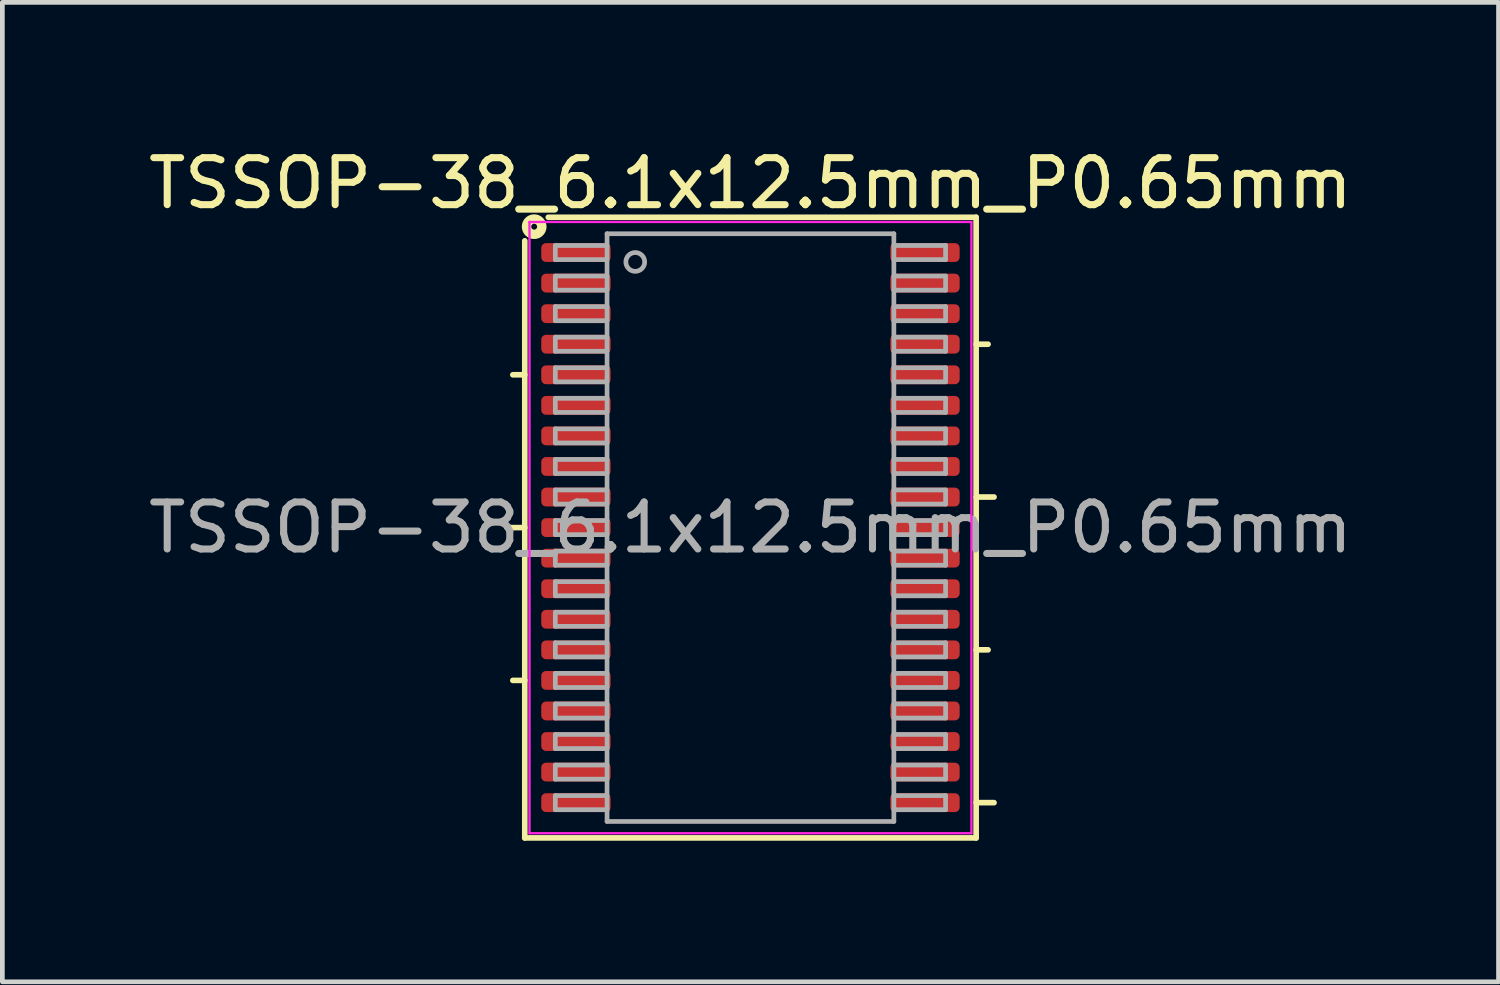
<source format=kicad_pcb>
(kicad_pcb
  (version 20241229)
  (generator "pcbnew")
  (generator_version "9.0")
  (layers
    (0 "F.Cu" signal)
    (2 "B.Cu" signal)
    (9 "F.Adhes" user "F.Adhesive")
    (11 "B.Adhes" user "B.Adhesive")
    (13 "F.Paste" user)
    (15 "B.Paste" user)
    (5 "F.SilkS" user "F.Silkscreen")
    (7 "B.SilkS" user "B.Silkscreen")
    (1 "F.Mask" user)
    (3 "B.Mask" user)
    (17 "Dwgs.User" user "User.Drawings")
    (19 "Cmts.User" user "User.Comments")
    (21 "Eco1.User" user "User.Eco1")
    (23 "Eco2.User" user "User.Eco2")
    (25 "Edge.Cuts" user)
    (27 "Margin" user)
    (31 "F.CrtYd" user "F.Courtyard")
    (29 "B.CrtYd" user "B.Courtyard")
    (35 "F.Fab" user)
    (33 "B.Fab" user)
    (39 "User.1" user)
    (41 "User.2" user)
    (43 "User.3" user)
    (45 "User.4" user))
  (footprint "TSSOP-38_6.1x12.5mm_P0.65mm"
    (layer "F.Cu")
    (at 12.911 8.171)
    (property "Reference" "TSSOP-38_6.1x12.5mm_P0.65mm" (at 0 -7.323 0) (layer "F.SilkS") (effects (font (size 1 1) (thickness 0.15))))
    (attr smd)
    (fp_line (start -4.8 -6.1) (end -4.8 6.6) (stroke (width 0.12) (type solid)) (layer "F.SilkS"))
    (fp_line (start -4.8 -3.25) (end -5.054 -3.25) (stroke (width 0.12) (type solid)) (layer "F.SilkS"))
    (fp_line (start -4.8 0) (end -5.181 0) (stroke (width 0.12) (type solid)) (layer "F.SilkS"))
    (fp_line (start -4.8 3.25) (end -5.054 3.25) (stroke (width 0.12) (type solid)) (layer "F.SilkS"))
    (fp_line (start -4.8 6.6) (end 4.8 6.6) (stroke (width 0.12) (type solid)) (layer "F.SilkS"))
    (fp_line (start 4.8 -6.6) (end -4.3 -6.6) (stroke (width 0.12) (type solid)) (layer "F.SilkS"))
    (fp_line (start 4.8 -3.9) (end 5.054 -3.9) (stroke (width 0.12) (type solid)) (layer "F.SilkS"))
    (fp_line (start 4.8 -0.65) (end 5.181 -0.65) (stroke (width 0.12) (type solid)) (layer "F.SilkS"))
    (fp_line (start 4.8 2.6) (end 5.054 2.6) (stroke (width 0.12) (type solid)) (layer "F.SilkS"))
    (fp_line (start 4.8 5.85) (end 5.181 5.85) (stroke (width 0.12) (type solid)) (layer "F.SilkS"))
    (fp_line (start 4.8 6.6) (end 4.8 -6.6) (stroke (width 0.12) (type solid)) (layer "F.SilkS"))
    (fp_circle (center -4.6 -6.4) (end -4.537 -6.4) (stroke (width 0.2) (type solid)) (fill no) (layer "F.SilkS"))
    (fp_line (start -4.7 -6.5) (end -4.7 6.5) (stroke (width 0.05) (type solid)) (layer "F.CrtYd"))
    (fp_line (start -4.7 6.5) (end 4.7 6.5) (stroke (width 0.05) (type solid)) (layer "F.CrtYd"))
    (fp_line (start 4.7 -6.5) (end -4.7 -6.5) (stroke (width 0.05) (type solid)) (layer "F.CrtYd"))
    (fp_line (start 4.7 6.5) (end 4.7 -6.5) (stroke (width 0.05) (type solid)) (layer "F.CrtYd"))
    (fp_line (start -4.15 -6) (end -4.15 -5.7) (stroke (width 0.1) (type solid)) (layer "F.Fab"))
    (fp_line (start -4.15 -6) (end -3.05 -6) (stroke (width 0.1) (type solid)) (layer "F.Fab"))
    (fp_line (start -4.15 -5.7) (end -3.05 -5.7) (stroke (width 0.1) (type solid)) (layer "F.Fab"))
    (fp_line (start -4.15 -5.35) (end -4.15 -5.05) (stroke (width 0.1) (type solid)) (layer "F.Fab"))
    (fp_line (start -4.15 -5.35) (end -3.05 -5.35) (stroke (width 0.1) (type solid)) (layer "F.Fab"))
    (fp_line (start -4.15 -5.05) (end -3.05 -5.05) (stroke (width 0.1) (type solid)) (layer "F.Fab"))
    (fp_line (start -4.15 -4.7) (end -4.15 -4.4) (stroke (width 0.1) (type solid)) (layer "F.Fab"))
    (fp_line (start -4.15 -4.7) (end -3.05 -4.7) (stroke (width 0.1) (type solid)) (layer "F.Fab"))
    (fp_line (start -4.15 -4.4) (end -3.05 -4.4) (stroke (width 0.1) (type solid)) (layer "F.Fab"))
    (fp_line (start -4.15 -4.05) (end -4.15 -3.75) (stroke (width 0.1) (type solid)) (layer "F.Fab"))
    (fp_line (start -4.15 -4.05) (end -3.05 -4.05) (stroke (width 0.1) (type solid)) (layer "F.Fab"))
    (fp_line (start -4.15 -3.75) (end -3.05 -3.75) (stroke (width 0.1) (type solid)) (layer "F.Fab"))
    (fp_line (start -4.15 -3.4) (end -4.15 -3.1) (stroke (width 0.1) (type solid)) (layer "F.Fab"))
    (fp_line (start -4.15 -3.4) (end -3.05 -3.4) (stroke (width 0.1) (type solid)) (layer "F.Fab"))
    (fp_line (start -4.15 -3.1) (end -3.05 -3.1) (stroke (width 0.1) (type solid)) (layer "F.Fab"))
    (fp_line (start -4.15 -2.75) (end -4.15 -2.45) (stroke (width 0.1) (type solid)) (layer "F.Fab"))
    (fp_line (start -4.15 -2.75) (end -3.05 -2.75) (stroke (width 0.1) (type solid)) (layer "F.Fab"))
    (fp_line (start -4.15 -2.45) (end -3.05 -2.45) (stroke (width 0.1) (type solid)) (layer "F.Fab"))
    (fp_line (start -4.15 -2.1) (end -4.15 -1.8) (stroke (width 0.1) (type solid)) (layer "F.Fab"))
    (fp_line (start -4.15 -2.1) (end -3.05 -2.1) (stroke (width 0.1) (type solid)) (layer "F.Fab"))
    (fp_line (start -4.15 -1.8) (end -3.05 -1.8) (stroke (width 0.1) (type solid)) (layer "F.Fab"))
    (fp_line (start -4.15 -1.45) (end -4.15 -1.15) (stroke (width 0.1) (type solid)) (layer "F.Fab"))
    (fp_line (start -4.15 -1.45) (end -3.05 -1.45) (stroke (width 0.1) (type solid)) (layer "F.Fab"))
    (fp_line (start -4.15 -1.15) (end -3.05 -1.15) (stroke (width 0.1) (type solid)) (layer "F.Fab"))
    (fp_line (start -4.15 -0.8) (end -4.15 -0.5) (stroke (width 0.1) (type solid)) (layer "F.Fab"))
    (fp_line (start -4.15 -0.8) (end -3.05 -0.8) (stroke (width 0.1) (type solid)) (layer "F.Fab"))
    (fp_line (start -4.15 -0.5) (end -3.05 -0.5) (stroke (width 0.1) (type solid)) (layer "F.Fab"))
    (fp_line (start -4.15 -0.15) (end -4.15 0.15) (stroke (width 0.1) (type solid)) (layer "F.Fab"))
    (fp_line (start -4.15 -0.15) (end -3.05 -0.15) (stroke (width 0.1) (type solid)) (layer "F.Fab"))
    (fp_line (start -4.15 0.15) (end -3.05 0.15) (stroke (width 0.1) (type solid)) (layer "F.Fab"))
    (fp_line (start -4.15 0.5) (end -4.15 0.8) (stroke (width 0.1) (type solid)) (layer "F.Fab"))
    (fp_line (start -4.15 0.5) (end -3.05 0.5) (stroke (width 0.1) (type solid)) (layer "F.Fab"))
    (fp_line (start -4.15 0.8) (end -3.05 0.8) (stroke (width 0.1) (type solid)) (layer "F.Fab"))
    (fp_line (start -4.15 1.15) (end -4.15 1.45) (stroke (width 0.1) (type solid)) (layer "F.Fab"))
    (fp_line (start -4.15 1.15) (end -3.05 1.15) (stroke (width 0.1) (type solid)) (layer "F.Fab"))
    (fp_line (start -4.15 1.45) (end -3.05 1.45) (stroke (width 0.1) (type solid)) (layer "F.Fab"))
    (fp_line (start -4.15 1.8) (end -4.15 2.1) (stroke (width 0.1) (type solid)) (layer "F.Fab"))
    (fp_line (start -4.15 1.8) (end -3.05 1.8) (stroke (width 0.1) (type solid)) (layer "F.Fab"))
    (fp_line (start -4.15 2.1) (end -3.05 2.1) (stroke (width 0.1) (type solid)) (layer "F.Fab"))
    (fp_line (start -4.15 2.45) (end -4.15 2.75) (stroke (width 0.1) (type solid)) (layer "F.Fab"))
    (fp_line (start -4.15 2.45) (end -3.05 2.45) (stroke (width 0.1) (type solid)) (layer "F.Fab"))
    (fp_line (start -4.15 2.75) (end -3.05 2.75) (stroke (width 0.1) (type solid)) (layer "F.Fab"))
    (fp_line (start -4.15 3.1) (end -4.15 3.4) (stroke (width 0.1) (type solid)) (layer "F.Fab"))
    (fp_line (start -4.15 3.1) (end -3.05 3.1) (stroke (width 0.1) (type solid)) (layer "F.Fab"))
    (fp_line (start -4.15 3.4) (end -3.05 3.4) (stroke (width 0.1) (type solid)) (layer "F.Fab"))
    (fp_line (start -4.15 3.75) (end -4.15 4.05) (stroke (width 0.1) (type solid)) (layer "F.Fab"))
    (fp_line (start -4.15 3.75) (end -3.05 3.75) (stroke (width 0.1) (type solid)) (layer "F.Fab"))
    (fp_line (start -4.15 4.05) (end -3.05 4.05) (stroke (width 0.1) (type solid)) (layer "F.Fab"))
    (fp_line (start -4.15 4.4) (end -4.15 4.7) (stroke (width 0.1) (type solid)) (layer "F.Fab"))
    (fp_line (start -4.15 4.4) (end -3.05 4.4) (stroke (width 0.1) (type solid)) (layer "F.Fab"))
    (fp_line (start -4.15 4.7) (end -3.05 4.7) (stroke (width 0.1) (type solid)) (layer "F.Fab"))
    (fp_line (start -4.15 5.05) (end -4.15 5.35) (stroke (width 0.1) (type solid)) (layer "F.Fab"))
    (fp_line (start -4.15 5.05) (end -3.05 5.05) (stroke (width 0.1) (type solid)) (layer "F.Fab"))
    (fp_line (start -4.15 5.35) (end -3.05 5.35) (stroke (width 0.1) (type solid)) (layer "F.Fab"))
    (fp_line (start -4.15 5.7) (end -4.15 6) (stroke (width 0.1) (type solid)) (layer "F.Fab"))
    (fp_line (start -4.15 5.7) (end -3.05 5.7) (stroke (width 0.1) (type solid)) (layer "F.Fab"))
    (fp_line (start -4.15 6) (end -3.05 6) (stroke (width 0.1) (type solid)) (layer "F.Fab"))
    (fp_line (start -3.05 -6.25) (end 3.05 -6.25) (stroke (width 0.1) (type solid)) (layer "F.Fab"))
    (fp_line (start -3.05 6.25) (end -3.05 -6.25) (stroke (width 0.1) (type solid)) (layer "F.Fab"))
    (fp_line (start 3.05 -6.25) (end 3.05 6.25) (stroke (width 0.1) (type solid)) (layer "F.Fab"))
    (fp_line (start 3.05 6.25) (end -3.05 6.25) (stroke (width 0.1) (type solid)) (layer "F.Fab"))
    (fp_line (start 4.15 -6) (end 3.05 -6) (stroke (width 0.1) (type solid)) (layer "F.Fab"))
    (fp_line (start 4.15 -5.7) (end 3.05 -5.7) (stroke (width 0.1) (type solid)) (layer "F.Fab"))
    (fp_line (start 4.15 -5.7) (end 4.15 -6) (stroke (width 0.1) (type solid)) (layer "F.Fab"))
    (fp_line (start 4.15 -5.35) (end 3.05 -5.35) (stroke (width 0.1) (type solid)) (layer "F.Fab"))
    (fp_line (start 4.15 -5.05) (end 3.05 -5.05) (stroke (width 0.1) (type solid)) (layer "F.Fab"))
    (fp_line (start 4.15 -5.05) (end 4.15 -5.35) (stroke (width 0.1) (type solid)) (layer "F.Fab"))
    (fp_line (start 4.15 -4.7) (end 3.05 -4.7) (stroke (width 0.1) (type solid)) (layer "F.Fab"))
    (fp_line (start 4.15 -4.4) (end 3.05 -4.4) (stroke (width 0.1) (type solid)) (layer "F.Fab"))
    (fp_line (start 4.15 -4.4) (end 4.15 -4.7) (stroke (width 0.1) (type solid)) (layer "F.Fab"))
    (fp_line (start 4.15 -4.05) (end 3.05 -4.05) (stroke (width 0.1) (type solid)) (layer "F.Fab"))
    (fp_line (start 4.15 -3.75) (end 3.05 -3.75) (stroke (width 0.1) (type solid)) (layer "F.Fab"))
    (fp_line (start 4.15 -3.75) (end 4.15 -4.05) (stroke (width 0.1) (type solid)) (layer "F.Fab"))
    (fp_line (start 4.15 -3.4) (end 3.05 -3.4) (stroke (width 0.1) (type solid)) (layer "F.Fab"))
    (fp_line (start 4.15 -3.1) (end 3.05 -3.1) (stroke (width 0.1) (type solid)) (layer "F.Fab"))
    (fp_line (start 4.15 -3.1) (end 4.15 -3.4) (stroke (width 0.1) (type solid)) (layer "F.Fab"))
    (fp_line (start 4.15 -2.75) (end 3.05 -2.75) (stroke (width 0.1) (type solid)) (layer "F.Fab"))
    (fp_line (start 4.15 -2.45) (end 3.05 -2.45) (stroke (width 0.1) (type solid)) (layer "F.Fab"))
    (fp_line (start 4.15 -2.45) (end 4.15 -2.75) (stroke (width 0.1) (type solid)) (layer "F.Fab"))
    (fp_line (start 4.15 -2.1) (end 3.05 -2.1) (stroke (width 0.1) (type solid)) (layer "F.Fab"))
    (fp_line (start 4.15 -1.8) (end 3.05 -1.8) (stroke (width 0.1) (type solid)) (layer "F.Fab"))
    (fp_line (start 4.15 -1.8) (end 4.15 -2.1) (stroke (width 0.1) (type solid)) (layer "F.Fab"))
    (fp_line (start 4.15 -1.45) (end 3.05 -1.45) (stroke (width 0.1) (type solid)) (layer "F.Fab"))
    (fp_line (start 4.15 -1.15) (end 3.05 -1.15) (stroke (width 0.1) (type solid)) (layer "F.Fab"))
    (fp_line (start 4.15 -1.15) (end 4.15 -1.45) (stroke (width 0.1) (type solid)) (layer "F.Fab"))
    (fp_line (start 4.15 -0.8) (end 3.05 -0.8) (stroke (width 0.1) (type solid)) (layer "F.Fab"))
    (fp_line (start 4.15 -0.5) (end 3.05 -0.5) (stroke (width 0.1) (type solid)) (layer "F.Fab"))
    (fp_line (start 4.15 -0.5) (end 4.15 -0.8) (stroke (width 0.1) (type solid)) (layer "F.Fab"))
    (fp_line (start 4.15 -0.15) (end 3.05 -0.15) (stroke (width 0.1) (type solid)) (layer "F.Fab"))
    (fp_line (start 4.15 0.15) (end 3.05 0.15) (stroke (width 0.1) (type solid)) (layer "F.Fab"))
    (fp_line (start 4.15 0.15) (end 4.15 -0.15) (stroke (width 0.1) (type solid)) (layer "F.Fab"))
    (fp_line (start 4.15 0.5) (end 3.05 0.5) (stroke (width 0.1) (type solid)) (layer "F.Fab"))
    (fp_line (start 4.15 0.8) (end 3.05 0.8) (stroke (width 0.1) (type solid)) (layer "F.Fab"))
    (fp_line (start 4.15 0.8) (end 4.15 0.5) (stroke (width 0.1) (type solid)) (layer "F.Fab"))
    (fp_line (start 4.15 1.15) (end 3.05 1.15) (stroke (width 0.1) (type solid)) (layer "F.Fab"))
    (fp_line (start 4.15 1.45) (end 3.05 1.45) (stroke (width 0.1) (type solid)) (layer "F.Fab"))
    (fp_line (start 4.15 1.45) (end 4.15 1.15) (stroke (width 0.1) (type solid)) (layer "F.Fab"))
    (fp_line (start 4.15 1.8) (end 3.05 1.8) (stroke (width 0.1) (type solid)) (layer "F.Fab"))
    (fp_line (start 4.15 2.1) (end 3.05 2.1) (stroke (width 0.1) (type solid)) (layer "F.Fab"))
    (fp_line (start 4.15 2.1) (end 4.15 1.8) (stroke (width 0.1) (type solid)) (layer "F.Fab"))
    (fp_line (start 4.15 2.45) (end 3.05 2.45) (stroke (width 0.1) (type solid)) (layer "F.Fab"))
    (fp_line (start 4.15 2.75) (end 3.05 2.75) (stroke (width 0.1) (type solid)) (layer "F.Fab"))
    (fp_line (start 4.15 2.75) (end 4.15 2.45) (stroke (width 0.1) (type solid)) (layer "F.Fab"))
    (fp_line (start 4.15 3.1) (end 3.05 3.1) (stroke (width 0.1) (type solid)) (layer "F.Fab"))
    (fp_line (start 4.15 3.4) (end 3.05 3.4) (stroke (width 0.1) (type solid)) (layer "F.Fab"))
    (fp_line (start 4.15 3.4) (end 4.15 3.1) (stroke (width 0.1) (type solid)) (layer "F.Fab"))
    (fp_line (start 4.15 3.75) (end 3.05 3.75) (stroke (width 0.1) (type solid)) (layer "F.Fab"))
    (fp_line (start 4.15 4.05) (end 3.05 4.05) (stroke (width 0.1) (type solid)) (layer "F.Fab"))
    (fp_line (start 4.15 4.05) (end 4.15 3.75) (stroke (width 0.1) (type solid)) (layer "F.Fab"))
    (fp_line (start 4.15 4.4) (end 3.05 4.4) (stroke (width 0.1) (type solid)) (layer "F.Fab"))
    (fp_line (start 4.15 4.7) (end 3.05 4.7) (stroke (width 0.1) (type solid)) (layer "F.Fab"))
    (fp_line (start 4.15 4.7) (end 4.15 4.4) (stroke (width 0.1) (type solid)) (layer "F.Fab"))
    (fp_line (start 4.15 5.05) (end 3.05 5.05) (stroke (width 0.1) (type solid)) (layer "F.Fab"))
    (fp_line (start 4.15 5.35) (end 3.05 5.35) (stroke (width 0.1) (type solid)) (layer "F.Fab"))
    (fp_line (start 4.15 5.35) (end 4.15 5.05) (stroke (width 0.1) (type solid)) (layer "F.Fab"))
    (fp_line (start 4.15 5.7) (end 3.05 5.7) (stroke (width 0.1) (type solid)) (layer "F.Fab"))
    (fp_line (start 4.15 6) (end 3.05 6) (stroke (width 0.1) (type solid)) (layer "F.Fab"))
    (fp_line (start 4.15 6) (end 4.15 5.7) (stroke (width 0.1) (type solid)) (layer "F.Fab"))
    (fp_circle (center -2.45 -5.65) (end -2.25 -5.65) (stroke (width 0.1) (type solid)) (fill no) (layer "F.Fab"))
    (fp_text user "${REFERENCE}" (at 0 0 0) (layer "F.Fab") (effects (font (size 1 1) (thickness 0.15))))
    (pad "1" smd roundrect (at -3.712 -5.85) (size 1.475 0.4) (layers "F.Cu" "F.Mask" "F.Paste") (roundrect_rratio 0.25))
    (pad "2" smd roundrect (at -3.712 -5.2) (size 1.475 0.4) (layers "F.Cu" "F.Mask" "F.Paste") (roundrect_rratio 0.25))
    (pad "3" smd roundrect (at -3.712 -4.55) (size 1.475 0.4) (layers "F.Cu" "F.Mask" "F.Paste") (roundrect_rratio 0.25))
    (pad "4" smd roundrect (at -3.712 -3.9) (size 1.475 0.4) (layers "F.Cu" "F.Mask" "F.Paste") (roundrect_rratio 0.25))
    (pad "5" smd roundrect (at -3.712 -3.25) (size 1.475 0.4) (layers "F.Cu" "F.Mask" "F.Paste") (roundrect_rratio 0.25))
    (pad "6" smd roundrect (at -3.712 -2.6) (size 1.475 0.4) (layers "F.Cu" "F.Mask" "F.Paste") (roundrect_rratio 0.25))
    (pad "7" smd roundrect (at -3.712 -1.95) (size 1.475 0.4) (layers "F.Cu" "F.Mask" "F.Paste") (roundrect_rratio 0.25))
    (pad "8" smd roundrect (at -3.712 -1.3) (size 1.475 0.4) (layers "F.Cu" "F.Mask" "F.Paste") (roundrect_rratio 0.25))
    (pad "9" smd roundrect (at -3.712 -0.65) (size 1.475 0.4) (layers "F.Cu" "F.Mask" "F.Paste") (roundrect_rratio 0.25))
    (pad "10" smd roundrect (at -3.712 0) (size 1.475 0.4) (layers "F.Cu" "F.Mask" "F.Paste") (roundrect_rratio 0.25))
    (pad "11" smd roundrect (at -3.712 0.65) (size 1.475 0.4) (layers "F.Cu" "F.Mask" "F.Paste") (roundrect_rratio 0.25))
    (pad "12" smd roundrect (at -3.712 1.3) (size 1.475 0.4) (layers "F.Cu" "F.Mask" "F.Paste") (roundrect_rratio 0.25))
    (pad "13" smd roundrect (at -3.712 1.95) (size 1.475 0.4) (layers "F.Cu" "F.Mask" "F.Paste") (roundrect_rratio 0.25))
    (pad "14" smd roundrect (at -3.712 2.6) (size 1.475 0.4) (layers "F.Cu" "F.Mask" "F.Paste") (roundrect_rratio 0.25))
    (pad "15" smd roundrect (at -3.712 3.25) (size 1.475 0.4) (layers "F.Cu" "F.Mask" "F.Paste") (roundrect_rratio 0.25))
    (pad "16" smd roundrect (at -3.712 3.9) (size 1.475 0.4) (layers "F.Cu" "F.Mask" "F.Paste") (roundrect_rratio 0.25))
    (pad "17" smd roundrect (at -3.712 4.55) (size 1.475 0.4) (layers "F.Cu" "F.Mask" "F.Paste") (roundrect_rratio 0.25))
    (pad "18" smd roundrect (at -3.712 5.2) (size 1.475 0.4) (layers "F.Cu" "F.Mask" "F.Paste") (roundrect_rratio 0.25))
    (pad "19" smd roundrect (at -3.712 5.85) (size 1.475 0.4) (layers "F.Cu" "F.Mask" "F.Paste") (roundrect_rratio 0.25))
    (pad "20" smd roundrect (at 3.712 5.85) (size 1.475 0.4) (layers "F.Cu" "F.Mask" "F.Paste") (roundrect_rratio 0.25))
    (pad "21" smd roundrect (at 3.712 5.2) (size 1.475 0.4) (layers "F.Cu" "F.Mask" "F.Paste") (roundrect_rratio 0.25))
    (pad "22" smd roundrect (at 3.712 4.55) (size 1.475 0.4) (layers "F.Cu" "F.Mask" "F.Paste") (roundrect_rratio 0.25))
    (pad "23" smd roundrect (at 3.712 3.9) (size 1.475 0.4) (layers "F.Cu" "F.Mask" "F.Paste") (roundrect_rratio 0.25))
    (pad "24" smd roundrect (at 3.712 3.25) (size 1.475 0.4) (layers "F.Cu" "F.Mask" "F.Paste") (roundrect_rratio 0.25))
    (pad "25" smd roundrect (at 3.712 2.6) (size 1.475 0.4) (layers "F.Cu" "F.Mask" "F.Paste") (roundrect_rratio 0.25))
    (pad "26" smd roundrect (at 3.712 1.95) (size 1.475 0.4) (layers "F.Cu" "F.Mask" "F.Paste") (roundrect_rratio 0.25))
    (pad "27" smd roundrect (at 3.712 1.3) (size 1.475 0.4) (layers "F.Cu" "F.Mask" "F.Paste") (roundrect_rratio 0.25))
    (pad "28" smd roundrect (at 3.712 0.65) (size 1.475 0.4) (layers "F.Cu" "F.Mask" "F.Paste") (roundrect_rratio 0.25))
    (pad "29" smd roundrect (at 3.712 0) (size 1.475 0.4) (layers "F.Cu" "F.Mask" "F.Paste") (roundrect_rratio 0.25))
    (pad "30" smd roundrect (at 3.712 -0.65) (size 1.475 0.4) (layers "F.Cu" "F.Mask" "F.Paste") (roundrect_rratio 0.25))
    (pad "31" smd roundrect (at 3.712 -1.3) (size 1.475 0.4) (layers "F.Cu" "F.Mask" "F.Paste") (roundrect_rratio 0.25))
    (pad "32" smd roundrect (at 3.712 -1.95) (size 1.475 0.4) (layers "F.Cu" "F.Mask" "F.Paste") (roundrect_rratio 0.25))
    (pad "33" smd roundrect (at 3.712 -2.6) (size 1.475 0.4) (layers "F.Cu" "F.Mask" "F.Paste") (roundrect_rratio 0.25))
    (pad "34" smd roundrect (at 3.712 -3.25) (size 1.475 0.4) (layers "F.Cu" "F.Mask" "F.Paste") (roundrect_rratio 0.25))
    (pad "35" smd roundrect (at 3.712 -3.9) (size 1.475 0.4) (layers "F.Cu" "F.Mask" "F.Paste") (roundrect_rratio 0.25))
    (pad "36" smd roundrect (at 3.712 -4.55) (size 1.475 0.4) (layers "F.Cu" "F.Mask" "F.Paste") (roundrect_rratio 0.25))
    (pad "37" smd roundrect (at 3.712 -5.2) (size 1.475 0.4) (layers "F.Cu" "F.Mask" "F.Paste") (roundrect_rratio 0.25))
    (pad "38" smd roundrect (at 3.712 -5.85) (size 1.475 0.4) (layers "F.Cu" "F.Mask" "F.Paste") (roundrect_rratio 0.25)))
  (gr_rect
    (start -3 -3)
    (end 28.821 17.831)
    (stroke (width 0.1) (type default))
    (fill no)
    (layer "Edge.Cuts")))
</source>
